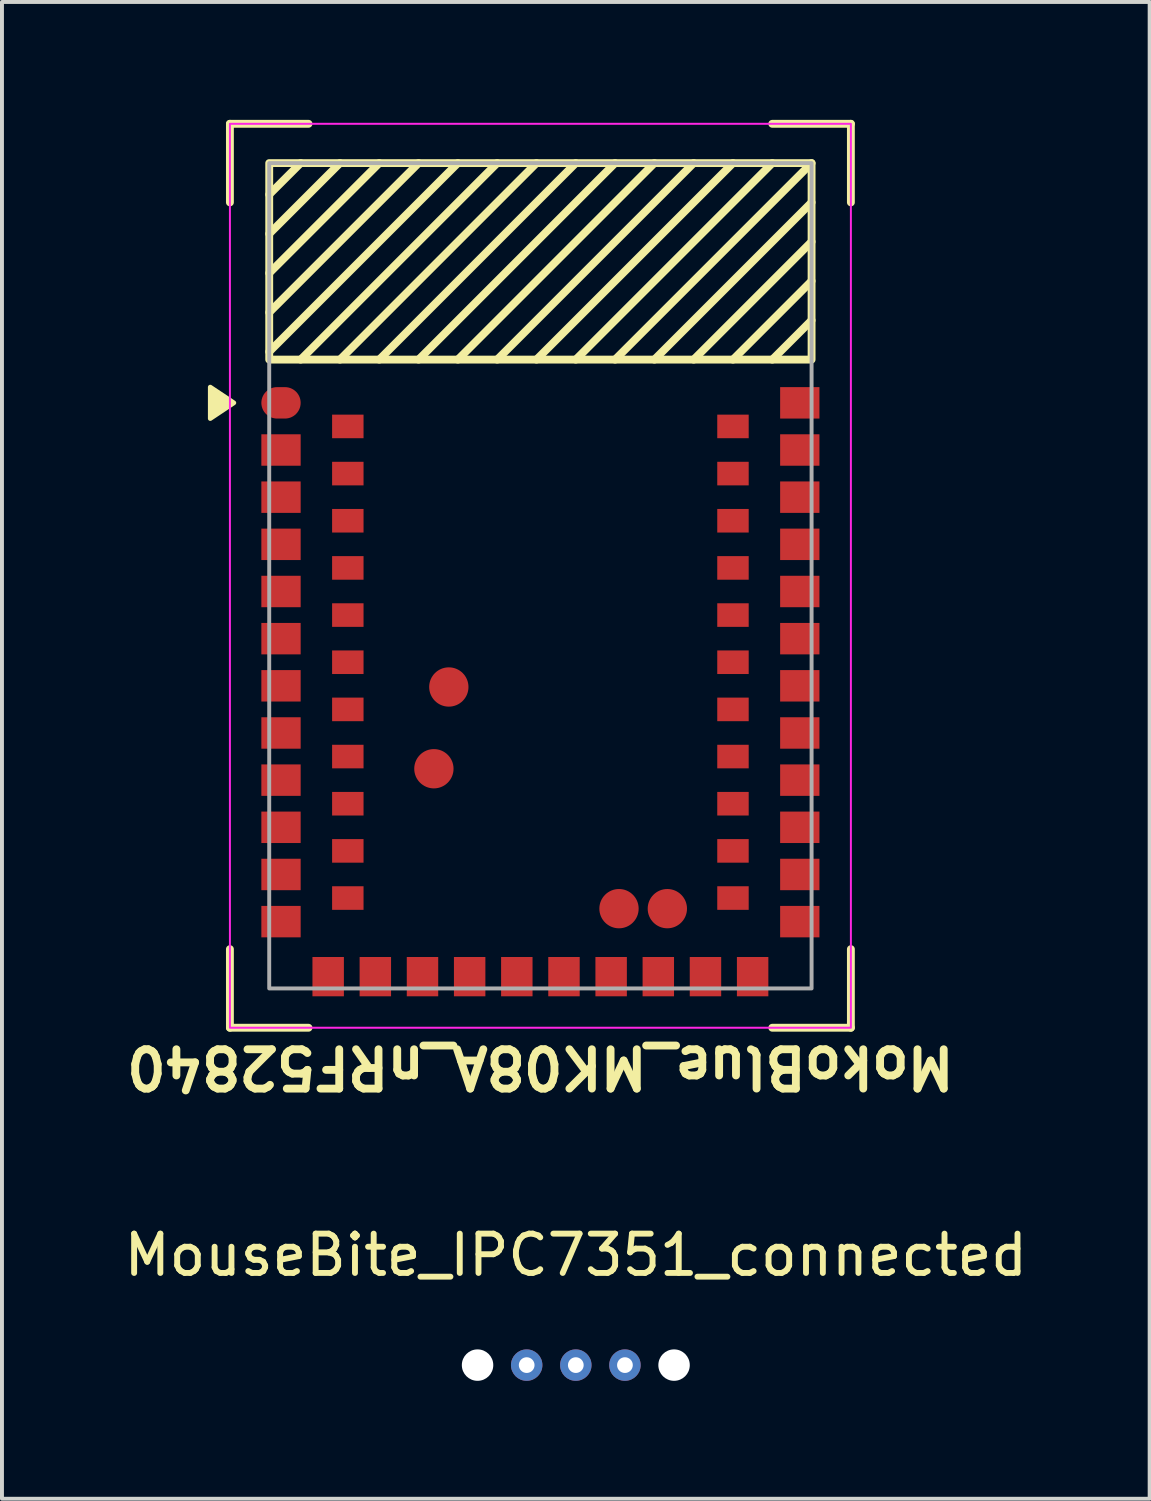
<source format=kicad_pcb>
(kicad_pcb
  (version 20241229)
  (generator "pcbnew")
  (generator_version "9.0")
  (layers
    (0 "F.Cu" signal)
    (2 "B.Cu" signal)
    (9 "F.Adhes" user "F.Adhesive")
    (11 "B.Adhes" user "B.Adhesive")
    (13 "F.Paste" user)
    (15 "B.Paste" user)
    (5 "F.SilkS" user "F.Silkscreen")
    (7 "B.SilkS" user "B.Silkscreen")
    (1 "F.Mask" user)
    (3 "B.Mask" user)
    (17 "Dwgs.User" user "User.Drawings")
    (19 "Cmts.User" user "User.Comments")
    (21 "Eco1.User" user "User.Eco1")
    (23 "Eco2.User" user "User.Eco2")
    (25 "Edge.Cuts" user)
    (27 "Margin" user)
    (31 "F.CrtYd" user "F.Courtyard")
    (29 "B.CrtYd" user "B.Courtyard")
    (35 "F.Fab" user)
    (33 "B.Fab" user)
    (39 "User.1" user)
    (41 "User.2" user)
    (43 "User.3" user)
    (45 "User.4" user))
  (footprint "MouseBite_IPC7351_connected"
    (layer "F.Cu")
    (at 11.601 31.684)
    (property "Reference" "MouseBite_IPC7351_connected" (at 0 -2.8 0) (layer "F.SilkS") (effects (font (size 1 1) (thickness 0.15))))
    (attr through_hole exclude_from_bom)
    (pad "" np_thru_hole circle (at -2.5 0) (size 0.8 0.8) (drill 0.8) (layers "*.Cu" "*.Mask"))
    (pad "" np_thru_hole circle (at 2.5 0) (size 0.8 0.8) (drill 0.8) (layers "*.Cu" "*.Mask"))
    (pad "1" thru_hole circle (at -1.25 0) (size 0.8 0.8) (drill 0.4) (layers "*.Cu"))
    (pad "2" thru_hole circle (at 0 0) (size 0.8 0.8) (drill 0.4) (layers "*.Cu"))
    (pad "3" thru_hole circle (at 1.25 0) (size 0.8 0.8) (drill 0.4) (layers "*.Cu")))
  (footprint "MokoBlue_MK08A_nRF52840"
    (layer "F.Cu")
    (at 10.7 11.6)
    (property "Reference" "MokoBlue_MK08A_nRF52840" (at 0 12.5 180) (unlocked yes) (layer "F.SilkS") (effects (font (size 1 1) (thickness 0.2))))
    (attr smd)
    (fp_line (start -7.9 -11.5) (end -5.9 -11.5) (stroke (width 0.2) (type solid)) (layer "F.SilkS"))
    (fp_line (start -7.9 -9.5) (end -7.9 -11.5) (stroke (width 0.2) (type solid)) (layer "F.SilkS"))
    (fp_line (start -7.9 11.5) (end -7.9 9.5) (stroke (width 0.2) (type solid)) (layer "F.SilkS"))
    (fp_line (start -6.9 -9.7) (end -6.1 -10.5) (stroke (width 0.2) (type solid)) (layer "F.SilkS"))
    (fp_line (start -6.9 -8.7) (end -5.1 -10.5) (stroke (width 0.2) (type solid)) (layer "F.SilkS"))
    (fp_line (start -6.9 -7.7) (end -4.1 -10.5) (stroke (width 0.2) (type solid)) (layer "F.SilkS"))
    (fp_line (start -6.9 -6.7) (end -3.1 -10.5) (stroke (width 0.2) (type solid)) (layer "F.SilkS"))
    (fp_line (start -6.9 -5.7) (end -2.1 -10.5) (stroke (width 0.2) (type solid)) (layer "F.SilkS"))
    (fp_line (start -6.1 -5.5) (end -1.1 -10.5) (stroke (width 0.2) (type solid)) (layer "F.SilkS"))
    (fp_line (start -5.9 11.5) (end -7.9 11.5) (stroke (width 0.2) (type solid)) (layer "F.SilkS"))
    (fp_line (start -5.1 -5.5) (end -0.1 -10.5) (stroke (width 0.2) (type solid)) (layer "F.SilkS"))
    (fp_line (start -4.1 -5.5) (end 0.9 -10.5) (stroke (width 0.2) (type solid)) (layer "F.SilkS"))
    (fp_line (start -3.1 -5.5) (end 1.9 -10.5) (stroke (width 0.2) (type solid)) (layer "F.SilkS"))
    (fp_line (start -2.1 -5.5) (end 2.9 -10.5) (stroke (width 0.2) (type solid)) (layer "F.SilkS"))
    (fp_line (start -1.1 -5.5) (end 3.9 -10.5) (stroke (width 0.2) (type solid)) (layer "F.SilkS"))
    (fp_line (start -0.1 -5.5) (end 4.9 -10.5) (stroke (width 0.2) (type solid)) (layer "F.SilkS"))
    (fp_line (start 0.9 -5.5) (end 5.9 -10.5) (stroke (width 0.2) (type solid)) (layer "F.SilkS"))
    (fp_line (start 1.9 -5.5) (end 6.9 -10.5) (stroke (width 0.2) (type solid)) (layer "F.SilkS"))
    (fp_line (start 2.9 -5.5) (end 6.9 -9.5) (stroke (width 0.2) (type solid)) (layer "F.SilkS"))
    (fp_line (start 3.9 -5.5) (end 6.9 -8.5) (stroke (width 0.2) (type solid)) (layer "F.SilkS"))
    (fp_line (start 4.9 -5.5) (end 6.9 -7.5) (stroke (width 0.2) (type solid)) (layer "F.SilkS"))
    (fp_line (start 5.9 -11.5) (end 7.9 -11.5) (stroke (width 0.2) (type solid)) (layer "F.SilkS"))
    (fp_line (start 5.9 -5.5) (end 6.9 -6.5) (stroke (width 0.2) (type solid)) (layer "F.SilkS"))
    (fp_line (start 7.9 -11.5) (end 7.9 -9.5) (stroke (width 0.2) (type solid)) (layer "F.SilkS"))
    (fp_line (start 7.9 9.5) (end 7.9 11.5) (stroke (width 0.2) (type solid)) (layer "F.SilkS"))
    (fp_line (start 7.9 11.5) (end 5.9 11.5) (stroke (width 0.2) (type solid)) (layer "F.SilkS"))
    (fp_rect (start -6.9 -10.5) (end 6.9 -5.5) (stroke (width 0.2) (type solid)) (fill no) (layer "F.SilkS"))
    (fp_poly (pts (xy -7.8 -4.4) (xy -8.4 -4) (xy -8.4 -4.8)) (stroke (width 0.12) (type solid)) (fill yes) (layer "F.SilkS"))
    (fp_rect (start 7.9 -11.5) (end -7.9 11.5) (stroke (width 0.05) (type solid)) (fill no) (layer "F.CrtYd"))
    (fp_rect (start -6.9 -10.5) (end 6.9 10.5) (stroke (width 0.1) (type solid)) (fill no) (layer "F.Fab"))
    (pad "1" smd oval (at -6.6 -4.4) (size 1 0.8) (layers "F.Cu" "F.Mask" "F.Paste"))
    (pad "2" smd rect (at -6.6 -3.2) (size 1 0.8) (layers "F.Cu" "F.Mask" "F.Paste"))
    (pad "3" smd rect (at -6.6 -2) (size 1 0.8) (layers "F.Cu" "F.Mask" "F.Paste"))
    (pad "4" smd rect (at -6.6 -0.8) (size 1 0.8) (layers "F.Cu" "F.Mask" "F.Paste"))
    (pad "5" smd rect (at -6.6 0.4) (size 1 0.8) (layers "F.Cu" "F.Mask" "F.Paste"))
    (pad "6" smd rect (at -6.6 1.6) (size 1 0.8) (layers "F.Cu" "F.Mask" "F.Paste"))
    (pad "7" smd rect (at -6.6 2.8) (size 1 0.8) (layers "F.Cu" "F.Mask" "F.Paste"))
    (pad "8" smd rect (at -6.6 4) (size 1 0.8) (layers "F.Cu" "F.Mask" "F.Paste"))
    (pad "9" smd rect (at -6.6 5.2) (size 1 0.8) (layers "F.Cu" "F.Mask" "F.Paste"))
    (pad "10" smd rect (at -6.6 6.4) (size 1 0.8) (layers "F.Cu" "F.Mask" "F.Paste"))
    (pad "11" smd rect (at -6.6 7.6) (size 1 0.8) (layers "F.Cu" "F.Mask" "F.Paste"))
    (pad "12" smd rect (at -6.6 8.8) (size 1 0.8) (layers "F.Cu" "F.Mask" "F.Paste"))
    (pad "13" smd rect (at -5.4 10.2) (size 0.8 1) (layers "F.Cu" "F.Mask" "F.Paste"))
    (pad "14" smd rect (at -4.2 10.2) (size 0.8 1) (layers "F.Cu" "F.Mask" "F.Paste"))
    (pad "15" smd rect (at -3 10.2) (size 0.8 1) (layers "F.Cu" "F.Mask" "F.Paste"))
    (pad "16" smd rect (at -1.8 10.2) (size 0.8 1) (layers "F.Cu" "F.Mask" "F.Paste"))
    (pad "17" smd rect (at -0.6 10.2) (size 0.8 1) (layers "F.Cu" "F.Mask" "F.Paste"))
    (pad "18" smd rect (at 0.6 10.2) (size 0.8 1) (layers "F.Cu" "F.Mask" "F.Paste"))
    (pad "19" smd rect (at 1.8 10.2) (size 0.8 1) (layers "F.Cu" "F.Mask" "F.Paste"))
    (pad "20" smd rect (at 3 10.2) (size 0.8 1) (layers "F.Cu" "F.Mask" "F.Paste"))
    (pad "21" smd rect (at 4.2 10.2) (size 0.8 1) (layers "F.Cu" "F.Mask" "F.Paste"))
    (pad "22" smd rect (at 5.4 10.2) (size 0.8 1) (layers "F.Cu" "F.Mask" "F.Paste"))
    (pad "23" smd rect (at 6.6 8.8) (size 1 0.8) (layers "F.Cu" "F.Mask" "F.Paste"))
    (pad "24" smd rect (at 6.6 7.6) (size 1 0.8) (layers "F.Cu" "F.Mask" "F.Paste"))
    (pad "25" smd rect (at 6.6 6.4) (size 1 0.8) (layers "F.Cu" "F.Mask" "F.Paste"))
    (pad "26" smd rect (at 6.6 5.2) (size 1 0.8) (layers "F.Cu" "F.Mask" "F.Paste"))
    (pad "27" smd rect (at 6.6 4) (size 1 0.8) (layers "F.Cu" "F.Mask" "F.Paste"))
    (pad "28" smd rect (at 6.6 2.8) (size 1 0.8) (layers "F.Cu" "F.Mask" "F.Paste"))
    (pad "29" smd rect (at 6.6 1.6) (size 1 0.8) (layers "F.Cu" "F.Mask" "F.Paste"))
    (pad "30" smd rect (at 6.6 0.4) (size 1 0.8) (layers "F.Cu" "F.Mask" "F.Paste"))
    (pad "31" smd rect (at 6.6 -0.8) (size 1 0.8) (layers "F.Cu" "F.Mask" "F.Paste"))
    (pad "32" smd rect (at 6.6 -2) (size 1 0.8) (layers "F.Cu" "F.Mask" "F.Paste"))
    (pad "33" smd rect (at 6.6 -3.2) (size 1 0.8) (layers "F.Cu" "F.Mask" "F.Paste"))
    (pad "34" smd rect (at 6.6 -4.4) (size 1 0.8) (layers "F.Cu" "F.Mask" "F.Paste"))
    (pad "35" smd rect (at -4.9 -3.8) (size 0.8 0.6) (layers "F.Cu" "F.Mask" "F.Paste"))
    (pad "36" smd rect (at -4.9 -2.6) (size 0.8 0.6) (layers "F.Cu" "F.Mask" "F.Paste"))
    (pad "37" smd rect (at -4.9 -1.4) (size 0.8 0.6) (layers "F.Cu" "F.Mask" "F.Paste"))
    (pad "38" smd rect (at -4.9 -0.2) (size 0.8 0.6) (layers "F.Cu" "F.Mask" "F.Paste"))
    (pad "39" smd rect (at -4.9 1) (size 0.8 0.6) (layers "F.Cu" "F.Mask" "F.Paste"))
    (pad "40" smd rect (at -4.9 2.2) (size 0.8 0.6) (layers "F.Cu" "F.Mask" "F.Paste"))
    (pad "41" smd rect (at -4.9 3.4) (size 0.8 0.6) (layers "F.Cu" "F.Mask" "F.Paste"))
    (pad "42" smd rect (at -4.9 4.6) (size 0.8 0.6) (layers "F.Cu" "F.Mask" "F.Paste"))
    (pad "43" smd rect (at -4.9 5.8) (size 0.8 0.6) (layers "F.Cu" "F.Mask" "F.Paste"))
    (pad "44" smd rect (at -4.9 7) (size 0.8 0.6) (layers "F.Cu" "F.Mask" "F.Paste"))
    (pad "45" smd rect (at -4.9 8.2) (size 0.8 0.6) (layers "F.Cu" "F.Mask" "F.Paste"))
    (pad "46" smd rect (at 4.9 8.2) (size 0.8 0.6) (layers "F.Cu" "F.Mask" "F.Paste"))
    (pad "47" smd rect (at 4.9 7) (size 0.8 0.6) (layers "F.Cu" "F.Mask" "F.Paste"))
    (pad "48" smd rect (at 4.9 5.8) (size 0.8 0.6) (layers "F.Cu" "F.Mask" "F.Paste"))
    (pad "49" smd rect (at 4.9 4.6) (size 0.8 0.6) (layers "F.Cu" "F.Mask" "F.Paste"))
    (pad "50" smd rect (at 4.9 3.4) (size 0.8 0.6) (layers "F.Cu" "F.Mask" "F.Paste"))
    (pad "51" smd rect (at 4.9 2.2) (size 0.8 0.6) (layers "F.Cu" "F.Mask" "F.Paste"))
    (pad "52" smd rect (at 4.9 1) (size 0.8 0.6) (layers "F.Cu" "F.Mask" "F.Paste"))
    (pad "53" smd rect (at 4.9 -0.2) (size 0.8 0.6) (layers "F.Cu" "F.Mask" "F.Paste"))
    (pad "54" smd rect (at 4.9 -1.4) (size 0.8 0.6) (layers "F.Cu" "F.Mask" "F.Paste"))
    (pad "55" smd rect (at 4.9 -2.6) (size 0.8 0.6) (layers "F.Cu" "F.Mask" "F.Paste"))
    (pad "56" smd rect (at 4.9 -3.8) (size 0.8 0.6) (layers "F.Cu" "F.Mask" "F.Paste"))
    (pad "57" smd circle (at -2.33 2.83) (size 1 1) (layers "F.Cu" "F.Mask" "F.Paste"))
    (pad "58" smd circle (at -2.71 4.91) (size 1 1) (layers "F.Cu" "F.Mask" "F.Paste"))
    (pad "59" smd circle (at 2 8.47) (size 1 1) (layers "F.Cu" "F.Mask" "F.Paste"))
    (pad "60" smd circle (at 3.23 8.47) (size 1 1) (layers "F.Cu" "F.Mask" "F.Paste"))
    (zone (net_name "") (layers "F.Cu" "B.Cu") (hatch edge 0.508) (connect_pads) (min_thickness 0.254) (filled_areas_thickness no) (keepout (tracks not_allowed) (vias not_allowed) (pads not_allowed) (copperpour not_allowed) (footprints not_allowed)) (placement (enabled no)) (fill) (polygon (pts (xy 17.6 6.1) (xy 3.8 6.1) (xy 3.8 1.1) (xy 17.6 1.1)))))
  (gr_rect
    (start -3 -3)
    (end 26.202 35.084)
    (stroke (width 0.1) (type default))
    (fill no)
    (layer "Edge.Cuts")))
</source>
